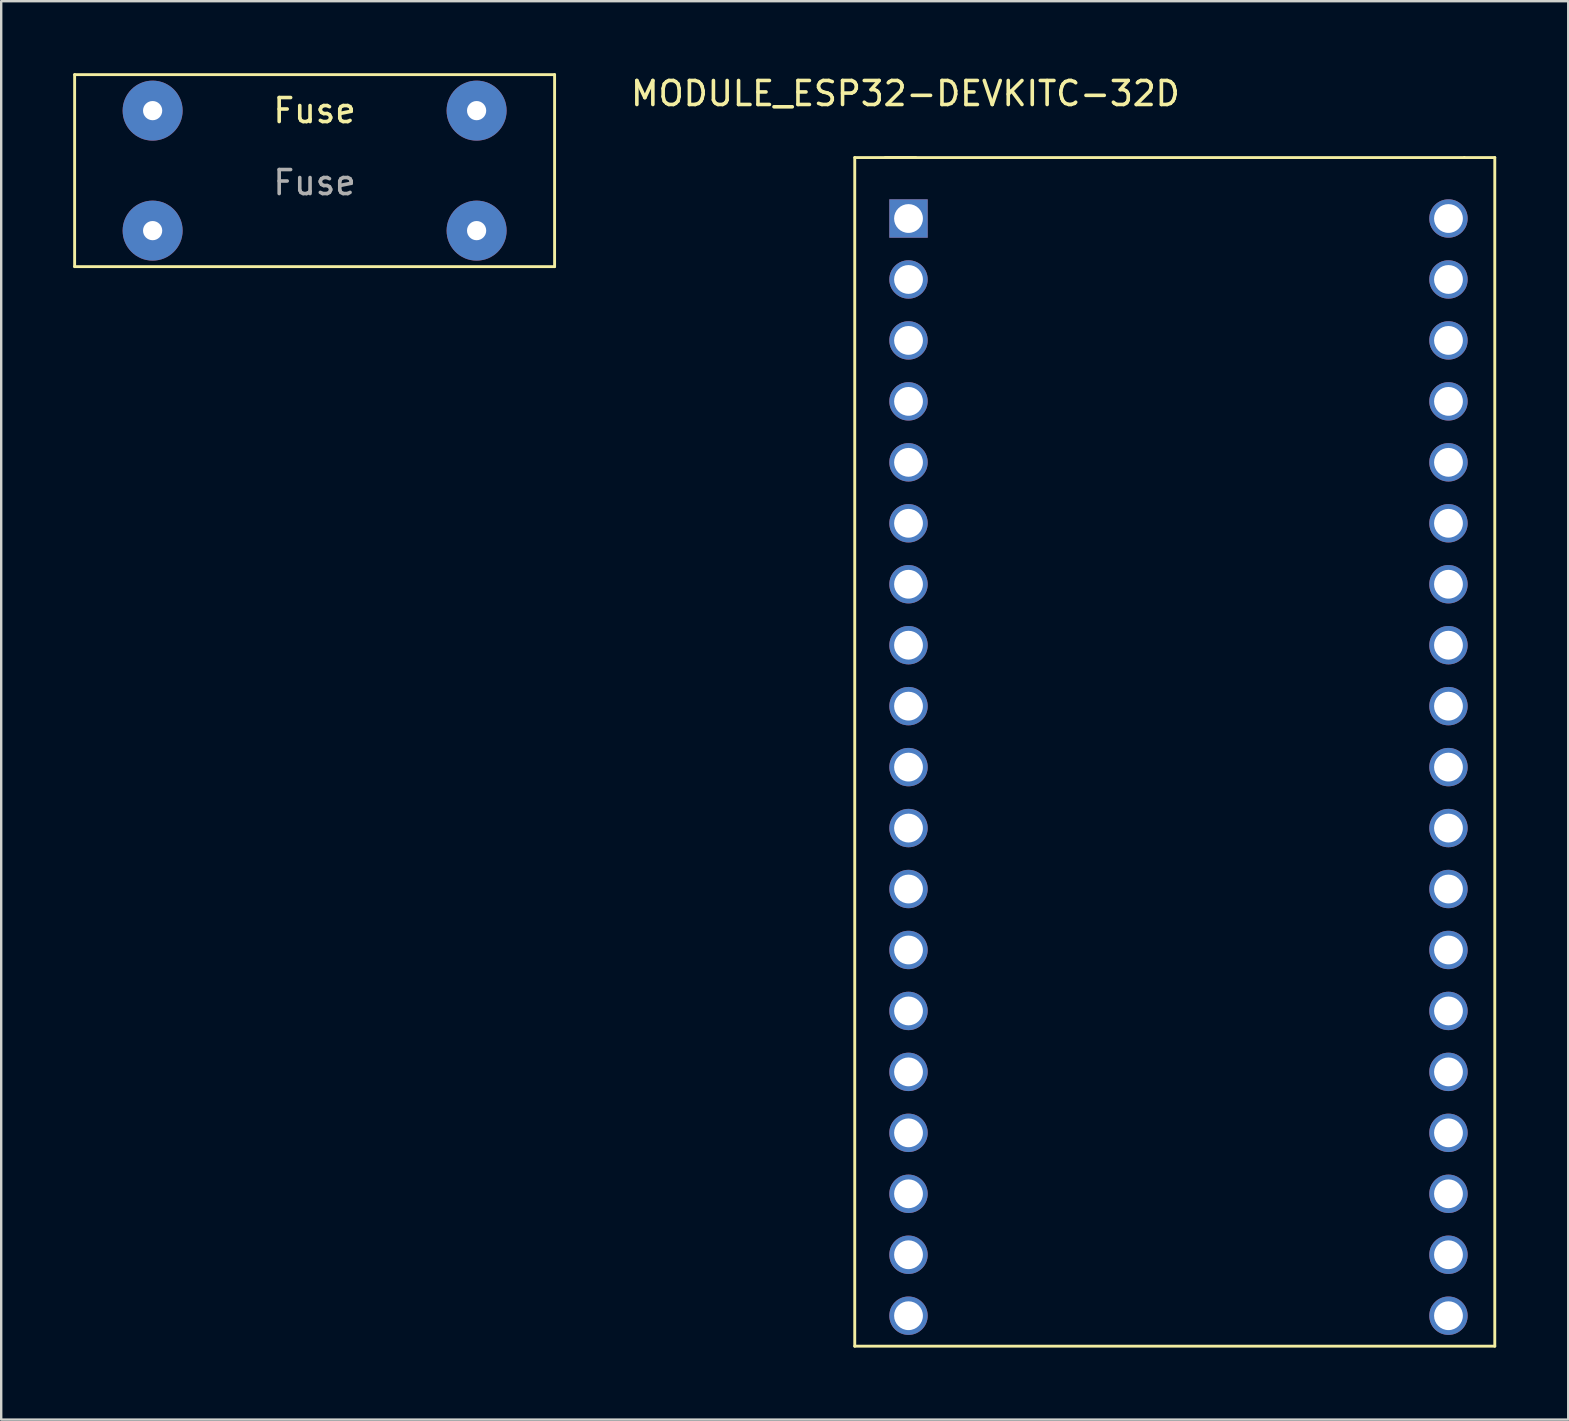
<source format=kicad_pcb>
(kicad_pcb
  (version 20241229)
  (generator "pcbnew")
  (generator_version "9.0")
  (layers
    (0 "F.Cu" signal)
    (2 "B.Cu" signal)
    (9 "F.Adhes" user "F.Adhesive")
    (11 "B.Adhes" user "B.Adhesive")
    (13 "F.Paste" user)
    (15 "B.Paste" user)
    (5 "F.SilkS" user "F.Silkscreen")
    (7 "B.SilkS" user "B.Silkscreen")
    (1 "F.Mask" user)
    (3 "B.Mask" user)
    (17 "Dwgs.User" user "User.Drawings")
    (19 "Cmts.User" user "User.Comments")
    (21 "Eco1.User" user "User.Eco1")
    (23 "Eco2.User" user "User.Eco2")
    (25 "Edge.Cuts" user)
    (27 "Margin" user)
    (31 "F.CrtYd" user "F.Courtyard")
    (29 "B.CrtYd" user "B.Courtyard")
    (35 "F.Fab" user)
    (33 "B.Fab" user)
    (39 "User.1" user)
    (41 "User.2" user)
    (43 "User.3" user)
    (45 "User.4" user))
  (footprint "Fuse"
    (layer "F.Cu")
    (at 3.31 1.56)
    (property "Reference" "Fuse" (at 6.75 0 0) (unlocked yes) (layer "F.SilkS") (effects (font (size 1 1) (thickness 0.15))))
    (attr through_hole)
    (fp_line (start -3.25 -1.5) (end 16.75 -1.5) (stroke (width 0.12) (type solid)) (layer "F.SilkS"))
    (fp_line (start -3.25 6.5) (end -3.25 -1.5) (stroke (width 0.12) (type solid)) (layer "F.SilkS"))
    (fp_line (start 16.75 -1.5) (end 16.75 6.5) (stroke (width 0.12) (type solid)) (layer "F.SilkS"))
    (fp_line (start 16.75 6.5) (end -3.25 6.5) (stroke (width 0.12) (type solid)) (layer "F.SilkS"))
    (fp_text user "${REFERENCE}" (at 6.75 3 0) (unlocked yes) (layer "F.Fab") (effects (font (size 1 1) (thickness 0.15))))
    (pad "1" thru_hole circle (at 0 0) (size 2.5 2.5) (drill 0.8) (layers "*.Cu" "*.Mask"))
    (pad "1" thru_hole circle (at 0 5) (size 2.5 2.5) (drill 0.8) (layers "*.Cu" "*.Mask"))
    (pad "2" thru_hole circle (at 13.5 0) (size 2.5 2.5) (drill 0.8) (layers "*.Cu" "*.Mask"))
    (pad "2" thru_hole circle (at 13.5 5) (size 2.5 2.5) (drill 0.8) (layers "*.Cu" "*.Mask")))
  (footprint "MODULE_ESP32-DEVKITC-32D"
    (layer "F.Cu")
    (at 45.507 29.295)
    (property "Reference" "MODULE_ESP32-DEVKITC-32D" (at -10.829 -28.446 0) (layer "F.SilkS") (effects (font (size 1 1) (thickness 0.15))))
    (attr through_hole)
    (fp_line (start -12.94 -25.78) (end -10.4 -25.78) (stroke (width 0.12) (type solid)) (layer "F.SilkS"))
    (fp_line (start -12.94 23.75) (end -12.94 -25.78) (stroke (width 0.12) (type solid)) (layer "F.SilkS"))
    (fp_line (start -11.67 -25.78) (end 12.46 -25.78) (stroke (width 0.12) (type solid)) (layer "F.SilkS"))
    (fp_line (start 12.46 -25.78) (end 13.73 -25.78) (stroke (width 0.12) (type solid)) (layer "F.SilkS"))
    (fp_line (start 13.73 -25.78) (end 13.73 23.75) (stroke (width 0.12) (type solid)) (layer "F.SilkS"))
    (fp_line (start 13.73 23.75) (end -12.94 23.75) (stroke (width 0.12) (type solid)) (layer "F.SilkS"))
    (pad "1" thru_hole rect (at -10.7 -23.24) (size 1.6 1.6) (drill 1.2) (layers "*.Cu" "*.Mask"))
    (pad "2" thru_hole circle (at -10.7 -20.7) (size 1.6 1.6) (drill 1.2) (layers "*.Cu" "*.Mask"))
    (pad "3" thru_hole circle (at -10.7 -18.16) (size 1.6 1.6) (drill 1.2) (layers "*.Cu" "*.Mask"))
    (pad "4" thru_hole circle (at -10.7 -15.62) (size 1.6 1.6) (drill 1.2) (layers "*.Cu" "*.Mask"))
    (pad "5" thru_hole circle (at -10.7 -13.08) (size 1.6 1.6) (drill 1.2) (layers "*.Cu" "*.Mask"))
    (pad "6" thru_hole circle (at -10.7 -10.54) (size 1.6 1.6) (drill 1.2) (layers "*.Cu" "*.Mask"))
    (pad "7" thru_hole circle (at -10.7 -8) (size 1.6 1.6) (drill 1.2) (layers "*.Cu" "*.Mask"))
    (pad "8" thru_hole circle (at -10.7 -5.46) (size 1.6 1.6) (drill 1.2) (layers "*.Cu" "*.Mask"))
    (pad "9" thru_hole circle (at -10.7 -2.92) (size 1.6 1.6) (drill 1.2) (layers "*.Cu" "*.Mask"))
    (pad "10" thru_hole circle (at -10.7 -0.38) (size 1.6 1.6) (drill 1.2) (layers "*.Cu" "*.Mask"))
    (pad "11" thru_hole circle (at -10.7 2.16) (size 1.6 1.6) (drill 1.2) (layers "*.Cu" "*.Mask"))
    (pad "12" thru_hole circle (at -10.7 4.7) (size 1.6 1.6) (drill 1.2) (layers "*.Cu" "*.Mask"))
    (pad "13" thru_hole circle (at -10.7 7.24) (size 1.6 1.6) (drill 1.2) (layers "*.Cu" "*.Mask"))
    (pad "14" thru_hole circle (at -10.7 9.78) (size 1.6 1.6) (drill 1.2) (layers "*.Cu" "*.Mask"))
    (pad "15" thru_hole circle (at -10.7 12.32) (size 1.6 1.6) (drill 1.2) (layers "*.Cu" "*.Mask"))
    (pad "16" thru_hole circle (at -10.7 14.86) (size 1.6 1.6) (drill 1.2) (layers "*.Cu" "*.Mask"))
    (pad "17" thru_hole circle (at -10.7 17.4) (size 1.6 1.6) (drill 1.2) (layers "*.Cu" "*.Mask"))
    (pad "18" thru_hole circle (at -10.7 19.94) (size 1.6 1.6) (drill 1.2) (layers "*.Cu" "*.Mask"))
    (pad "19" thru_hole circle (at -10.7 22.48) (size 1.6 1.6) (drill 1.2) (layers "*.Cu" "*.Mask"))
    (pad "20" thru_hole circle (at 11.8 22.48) (size 1.6 1.6) (drill 1.2) (layers "*.Cu" "*.Mask"))
    (pad "21" thru_hole circle (at 11.8 19.94) (size 1.6 1.6) (drill 1.2) (layers "*.Cu" "*.Mask"))
    (pad "22" thru_hole circle (at 11.8 17.4) (size 1.6 1.6) (drill 1.2) (layers "*.Cu" "*.Mask"))
    (pad "23" thru_hole circle (at 11.8 14.86) (size 1.6 1.6) (drill 1.2) (layers "*.Cu" "*.Mask"))
    (pad "24" thru_hole circle (at 11.8 12.32) (size 1.6 1.6) (drill 1.2) (layers "*.Cu" "*.Mask"))
    (pad "25" thru_hole circle (at 11.8 9.78) (size 1.6 1.6) (drill 1.2) (layers "*.Cu" "*.Mask"))
    (pad "26" thru_hole circle (at 11.8 7.24) (size 1.6 1.6) (drill 1.2) (layers "*.Cu" "*.Mask"))
    (pad "27" thru_hole circle (at 11.8 4.7) (size 1.6 1.6) (drill 1.2) (layers "*.Cu" "*.Mask"))
    (pad "28" thru_hole circle (at 11.8 2.16) (size 1.6 1.6) (drill 1.2) (layers "*.Cu" "*.Mask"))
    (pad "29" thru_hole circle (at 11.8 -0.38) (size 1.6 1.6) (drill 1.2) (layers "*.Cu" "*.Mask"))
    (pad "30" thru_hole circle (at 11.8 -2.92) (size 1.6 1.6) (drill 1.2) (layers "*.Cu" "*.Mask"))
    (pad "31" thru_hole circle (at 11.8 -5.46) (size 1.6 1.6) (drill 1.2) (layers "*.Cu" "*.Mask"))
    (pad "32" thru_hole circle (at 11.8 -8) (size 1.6 1.6) (drill 1.2) (layers "*.Cu" "*.Mask"))
    (pad "33" thru_hole circle (at 11.8 -10.54) (size 1.6 1.6) (drill 1.2) (layers "*.Cu" "*.Mask"))
    (pad "34" thru_hole circle (at 11.8 -13.08) (size 1.6 1.6) (drill 1.2) (layers "*.Cu" "*.Mask"))
    (pad "35" thru_hole circle (at 11.8 -15.62) (size 1.6 1.6) (drill 1.2) (layers "*.Cu" "*.Mask"))
    (pad "36" thru_hole circle (at 11.8 -18.16) (size 1.6 1.6) (drill 1.2) (layers "*.Cu" "*.Mask"))
    (pad "37" thru_hole circle (at 11.8 -20.7) (size 1.6 1.6) (drill 1.2) (layers "*.Cu" "*.Mask"))
    (pad "38" thru_hole circle (at 11.8 -23.24) (size 1.6 1.6) (drill 1.2) (layers "*.Cu" "*.Mask")))
  (gr_rect
    (start -3 -3)
    (end 62.297 56.105)
    (stroke (width 0.1) (type default))
    (fill no)
    (layer "Edge.Cuts")))
</source>
